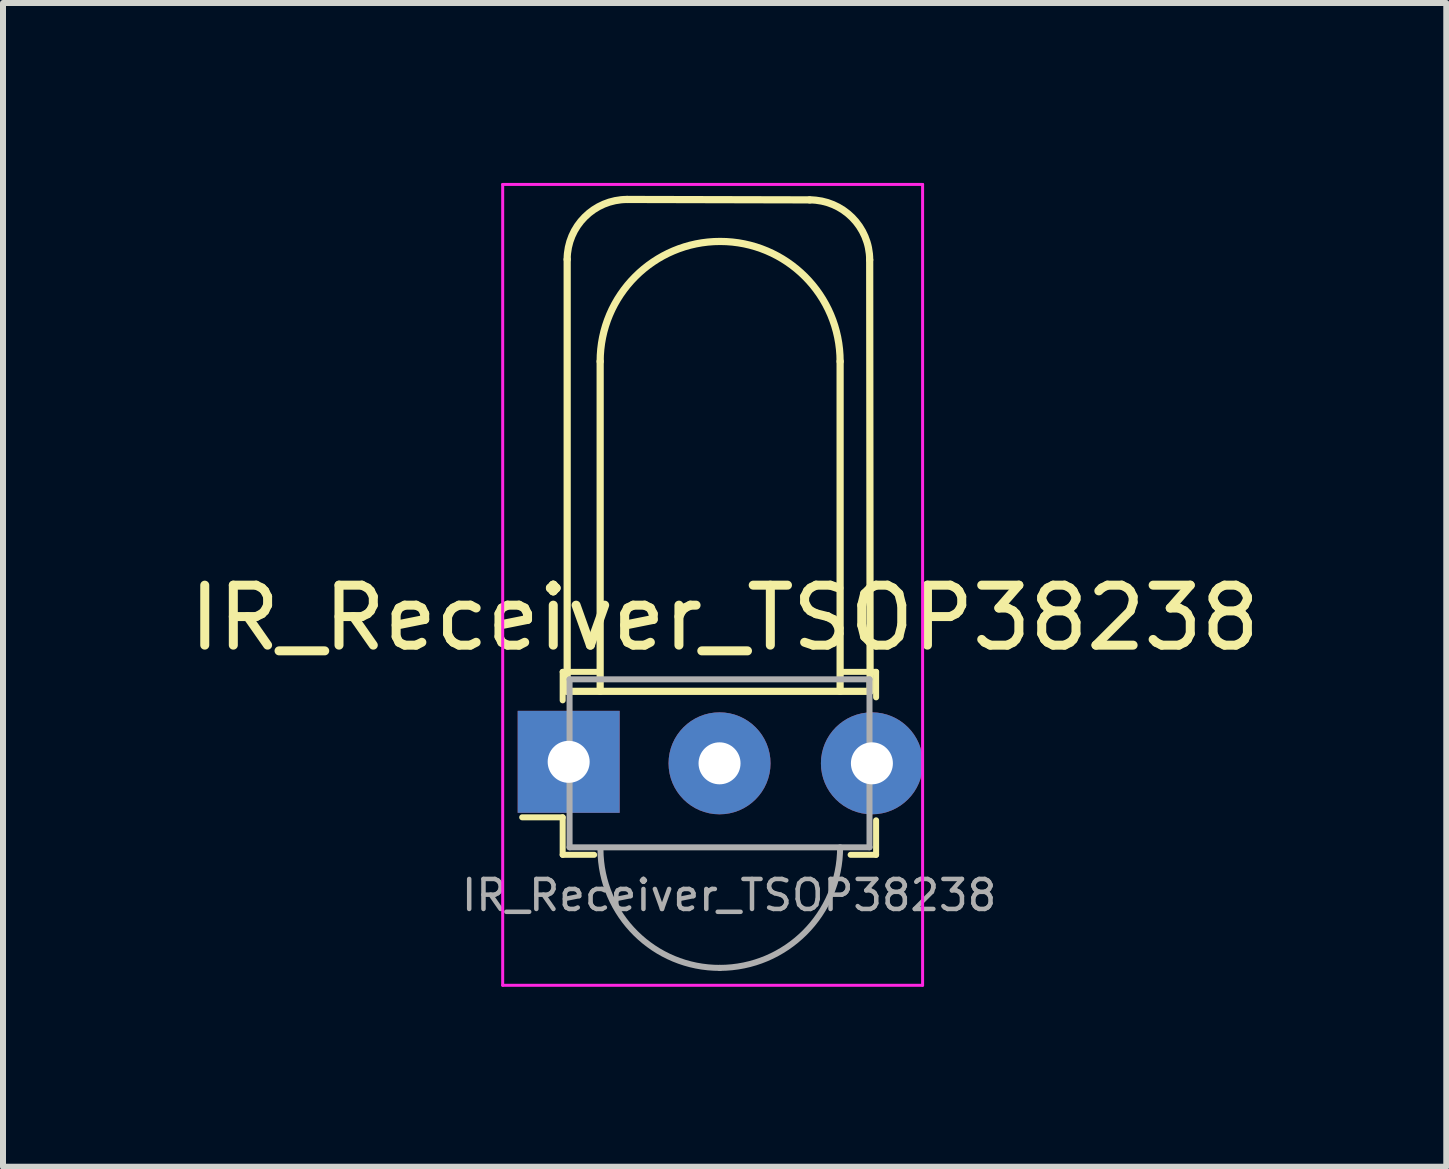
<source format=kicad_pcb>
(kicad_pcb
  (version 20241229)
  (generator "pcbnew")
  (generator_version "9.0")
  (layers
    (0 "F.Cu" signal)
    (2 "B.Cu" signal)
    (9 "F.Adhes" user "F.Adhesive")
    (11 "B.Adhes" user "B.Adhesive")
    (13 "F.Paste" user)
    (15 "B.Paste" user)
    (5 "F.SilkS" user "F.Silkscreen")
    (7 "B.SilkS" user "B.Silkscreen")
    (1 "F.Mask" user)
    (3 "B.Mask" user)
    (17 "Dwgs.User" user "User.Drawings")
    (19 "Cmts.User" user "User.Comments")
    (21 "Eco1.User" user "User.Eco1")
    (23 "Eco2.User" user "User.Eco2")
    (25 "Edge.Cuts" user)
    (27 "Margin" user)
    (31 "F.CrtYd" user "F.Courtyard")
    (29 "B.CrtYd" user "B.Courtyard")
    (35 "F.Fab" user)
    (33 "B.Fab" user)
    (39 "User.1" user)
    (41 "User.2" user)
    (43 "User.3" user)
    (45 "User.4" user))
  (footprint "IR_Receiver_TSOP38238"
    (layer "F.Cu")
    (at 6.405 9.675)
    (property "Reference" "IR_Receiver_TSOP38238" (at 2.625 -2.425 0) (layer "F.SilkS") (effects (font (size 1 1) (thickness 0.15))))
    (attr through_hole)
    (fp_line (start -0.075 -1.525) (end -0.075 -1.05) (stroke (width 0.1) (type solid)) (layer "F.SilkS"))
    (fp_line (start -0.075 0.9) (end -0.75 0.9) (stroke (width 0.1) (type solid)) (layer "F.SilkS"))
    (fp_line (start -0.075 1.525) (end -0.075 0.9) (stroke (width 0.1) (type solid)) (layer "F.SilkS"))
    (fp_line (start 0 -1.2) (end 0 -8.4) (stroke (width 0.12) (type default)) (layer "F.SilkS"))
    (fp_line (start 0.45 1.525) (end -0.075 1.525) (stroke (width 0.1) (type solid)) (layer "F.SilkS"))
    (fp_line (start 0.5 -1.525) (end -0.075 -1.525) (stroke (width 0.1) (type solid)) (layer "F.SilkS"))
    (fp_line (start 0.55 -6.7) (end 0.55 -1.2) (stroke (width 0.12) (type default)) (layer "F.SilkS"))
    (fp_line (start 1 -9.4) (end 4.043 -9.393) (stroke (width 0.12) (type default)) (layer "F.SilkS"))
    (fp_line (start 4.55 -6.7) (end 4.55 -1.2) (stroke (width 0.12) (type default)) (layer "F.SilkS"))
    (fp_line (start 4.6 -1.525) (end 5.15 -1.525) (stroke (width 0.1) (type solid)) (layer "F.SilkS"))
    (fp_line (start 5.043 -8.393) (end 5.05 -1.2) (stroke (width 0.12) (type default)) (layer "F.SilkS"))
    (fp_line (start 5.05 -1.2) (end 0 -1.2) (stroke (width 0.12) (type default)) (layer "F.SilkS"))
    (fp_line (start 5.15 -1.525) (end 5.15 -1.1) (stroke (width 0.1) (type solid)) (layer "F.SilkS"))
    (fp_line (start 5.15 0.95) (end 5.15 1.525) (stroke (width 0.1) (type solid)) (layer "F.SilkS"))
    (fp_line (start 5.15 1.525) (end 4.725 1.525) (stroke (width 0.1) (type solid)) (layer "F.SilkS"))
    (fp_arc (start 0 -8.4) (mid 0.292893 -9.107106) (end 1 -9.4) (stroke (width 0.12) (type default)) (layer "F.SilkS"))
    (fp_arc (start 0.55 -6.7) (mid 2.55 -8.7) (end 4.55 -6.7) (stroke (width 0.12) (type default)) (layer "F.SilkS"))
    (fp_arc (start 4.042893 -9.392893) (mid 4.75 -9.1) (end 5.042893 -8.392893) (stroke (width 0.12) (type default)) (layer "F.SilkS"))
    (fp_line (start -1.075 -9.65) (end -1.075 3.7) (stroke (width 0.05) (type solid)) (layer "F.CrtYd"))
    (fp_line (start -1.075 -9.65) (end 5.925 -9.65) (stroke (width 0.05) (type solid)) (layer "F.CrtYd"))
    (fp_line (start 5.925 -9.65) (end 5.925 3.7) (stroke (width 0.05) (type solid)) (layer "F.CrtYd"))
    (fp_line (start 5.925 3.7) (end -1.075 3.7) (stroke (width 0.05) (type solid)) (layer "F.CrtYd"))
    (fp_line (start 0.04 -1.4) (end 5.04 -1.4) (stroke (width 0.1) (type solid)) (layer "F.Fab"))
    (fp_line (start 0.04 1.4) (end 0.04 -1.4) (stroke (width 0.1) (type solid)) (layer "F.Fab"))
    (fp_line (start 0.04 1.4) (end 5.04 1.4) (stroke (width 0.1) (type solid)) (layer "F.Fab"))
    (fp_line (start 5.04 -1.4) (end 5.04 1.4) (stroke (width 0.1) (type solid)) (layer "F.Fab"))
    (fp_arc (start 2.55 3.41) (mid 1.143464 2.835678) (end 0.555 1.435) (stroke (width 0.1) (type solid)) (layer "F.Fab"))
    (fp_arc (start 4.55 1.4) (mid 3.961285 2.821285) (end 2.54 3.41) (stroke (width 0.1) (type solid)) (layer "F.Fab"))
    (fp_text user "${REFERENCE}" (at 2.7 2.2 0) (layer "F.Fab") (effects (font (size 0.5 0.5) (thickness 0.075))))
    (pad "1" thru_hole rect (at 0.025 -0.025) (size 1.7 1.7) (drill 0.7) (layers "*.Cu" "*.Mask"))
    (pad "2" thru_hole circle (at 2.54 0) (size 1.7 1.7) (drill 0.7) (layers "*.Cu" "*.Mask"))
    (pad "3" thru_hole circle (at 5.08 0) (size 1.7 1.7) (drill 0.7) (layers "*.Cu" "*.Mask")))
  (gr_rect
    (start -3 -3)
    (end 21.06 16.4)
    (stroke (width 0.1) (type default))
    (fill no)
    (layer "Edge.Cuts")))
</source>
